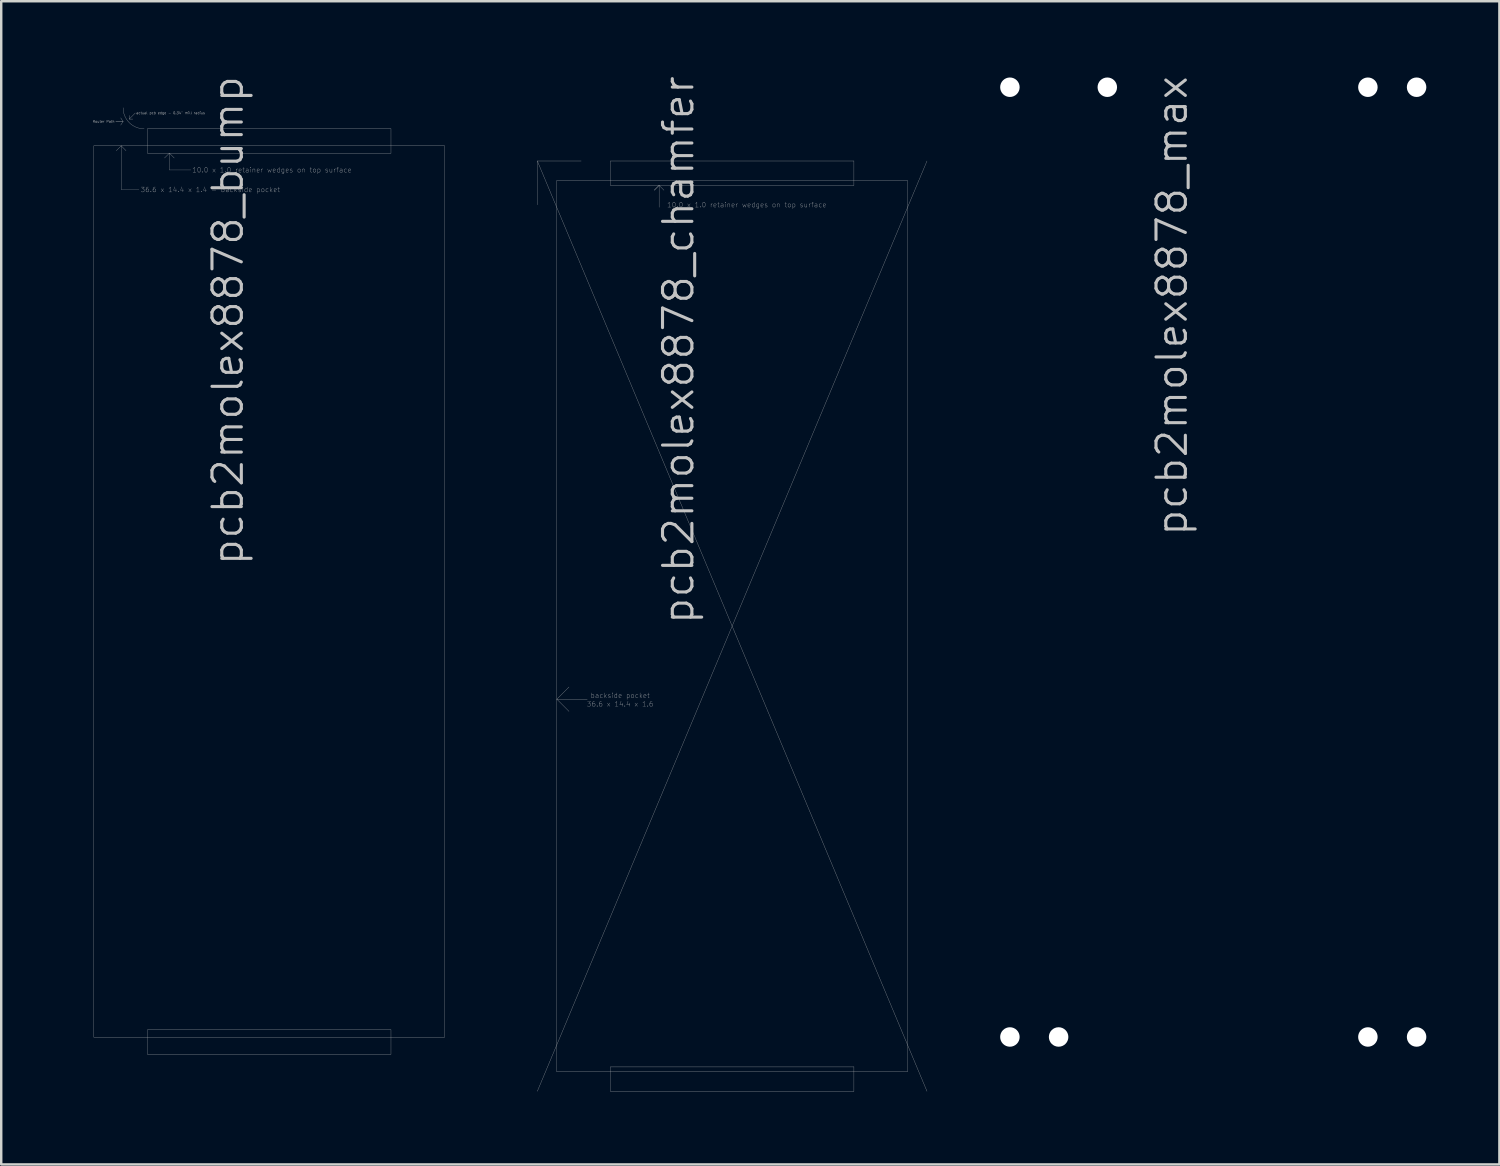
<source format=kicad_pcb>
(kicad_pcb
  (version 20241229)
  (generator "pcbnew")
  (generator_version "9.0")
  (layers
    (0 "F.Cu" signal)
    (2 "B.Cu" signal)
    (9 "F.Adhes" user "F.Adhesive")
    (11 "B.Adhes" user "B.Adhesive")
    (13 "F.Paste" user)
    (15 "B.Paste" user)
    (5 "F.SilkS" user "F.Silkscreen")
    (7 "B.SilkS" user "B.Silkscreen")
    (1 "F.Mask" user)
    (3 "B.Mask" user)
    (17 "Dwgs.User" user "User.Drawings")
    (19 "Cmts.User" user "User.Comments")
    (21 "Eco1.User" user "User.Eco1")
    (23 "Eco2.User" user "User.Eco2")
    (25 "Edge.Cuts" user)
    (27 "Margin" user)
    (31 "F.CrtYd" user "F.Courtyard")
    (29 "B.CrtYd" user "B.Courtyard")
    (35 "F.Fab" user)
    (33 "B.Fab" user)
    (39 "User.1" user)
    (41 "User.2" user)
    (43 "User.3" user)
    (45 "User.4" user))
  (footprint "pcb2molex8878_chamfer"
    (layer "F.Cu")
    (at 27.015 22.661)
    (property "Reference" "pcb2molex8878_chamfer" (at -1.5 0 270) (layer "Dwgs.User") (effects (font (size 1.206 1.206) (thickness 0.127)) (justify left bottom)))
    (attr through_hole)
    (fp_line (start -8 -19.1) (end -8 -17.3) (stroke (width 0.01) (type solid)) (layer "Dwgs.User"))
    (fp_line (start -8 -19.1) (end -6.2 -19.1) (stroke (width 0.01) (type solid)) (layer "Dwgs.User"))
    (fp_line (start -8 -19.1) (end 8 19.1) (stroke (width 0.01) (type solid)) (layer "Dwgs.User"))
    (fp_line (start -8 19.1) (end 8 -19.1) (stroke (width 0.01) (type solid)) (layer "Dwgs.User"))
    (fp_line (start -7.2 -18.3) (end 7.2 -18.3) (stroke (width 0.01) (type solid)) (layer "Dwgs.User"))
    (fp_line (start -7.2 3) (end -6.7 2.5) (stroke (width 0.01) (type solid)) (layer "Dwgs.User"))
    (fp_line (start -7.2 3) (end -6.7 3.5) (stroke (width 0.01) (type solid)) (layer "Dwgs.User"))
    (fp_line (start -7.2 3) (end -5.95 3) (stroke (width 0.01) (type solid)) (layer "Dwgs.User"))
    (fp_line (start -7.2 18.3) (end -7.2 -18.3) (stroke (width 0.01) (type solid)) (layer "Dwgs.User"))
    (fp_line (start -5 -19.1) (end -5 -18.1) (stroke (width 0.01) (type solid)) (layer "Dwgs.User"))
    (fp_line (start -5 -18.1) (end 5 -18.1) (stroke (width 0.01) (type solid)) (layer "Dwgs.User"))
    (fp_line (start -5 18.1) (end 5 18.1) (stroke (width 0.01) (type solid)) (layer "Dwgs.User"))
    (fp_line (start -5 19.1) (end -5 18.1) (stroke (width 0.01) (type solid)) (layer "Dwgs.User"))
    (fp_line (start -3.2 -17.9) (end -3 -18.1) (stroke (width 0.01) (type solid)) (layer "Dwgs.User"))
    (fp_line (start -3 -18.1) (end -3.2 -17.9) (stroke (width 0.01) (type solid)) (layer "Dwgs.User"))
    (fp_line (start -3 -18.1) (end -3 -17.2) (stroke (width 0.01) (type solid)) (layer "Dwgs.User"))
    (fp_line (start -3 -18.1) (end -2.8 -17.9) (stroke (width 0.01) (type solid)) (layer "Dwgs.User"))
    (fp_line (start 5 -19.1) (end -5 -19.1) (stroke (width 0.01) (type solid)) (layer "Dwgs.User"))
    (fp_line (start 5 -18.1) (end 5 -19.1) (stroke (width 0.01) (type solid)) (layer "Dwgs.User"))
    (fp_line (start 5 18.1) (end 5 19.1) (stroke (width 0.01) (type solid)) (layer "Dwgs.User"))
    (fp_line (start 5 19.1) (end -5 19.1) (stroke (width 0.01) (type solid)) (layer "Dwgs.User"))
    (fp_line (start 7.2 -18.3) (end 7.2 18.3) (stroke (width 0.01) (type solid)) (layer "Dwgs.User"))
    (fp_line (start 7.2 18.3) (end -7.2 18.3) (stroke (width 0.01) (type solid)) (layer "Dwgs.User"))
    (fp_line (start -8 -17.3) (end -6.2 -19.1) (stroke (width 0.01) (type solid)) (layer "Eco2.User"))
    (fp_line (start -8 19.1) (end -8 -17.3) (stroke (width 0.01) (type solid)) (layer "Eco2.User"))
    (fp_line (start -6.2 -19.1) (end 8 -19.1) (stroke (width 0.01) (type solid)) (layer "Eco2.User"))
    (fp_line (start 8 -19.1) (end 8 19.1) (stroke (width 0.01) (type solid)) (layer "Eco2.User"))
    (fp_line (start 8 19.1) (end -8 19.1) (stroke (width 0.01) (type solid)) (layer "Eco2.User"))
    (fp_text user "backside pocket" (at -4.6 2.85 0) (layer "Dwgs.User") (effects (font (size 0.2 0.2) (thickness 0.01))))
    (fp_text user "36.6 x 14.4 x 1.6" (at -4.6 3.2 0) (layer "Dwgs.User") (effects (font (size 0.2 0.2) (thickness 0.01))))
    (fp_text user "10.0 x 1.0 retainer wedges on top surface" (at 0.6 -17.3 0) (layer "Dwgs.User") (effects (font (size 0.2 0.2) (thickness 0.01))))
    (fp_text user "Eco2.User is Edge.Cuts for use with \"pcb2molex8878_chamfer\" carrier." (at -0.05 13.65 0) (layer "Eco2.User") (effects (font (size 0.2 0.2) (thickness 0.01)))))
  (footprint "pcb2molex8878_bump"
    (layer "F.Cu")
    (at 8.005 21.239)
    (property "Reference" "pcb2molex8878_bump" (at -0.991 -0.991 270) (layer "Dwgs.User") (effects (font (size 1.206 1.206) (thickness 0.127)) (justify left bottom)))
    (attr through_hole)
    (fp_line (start -7.2 -18.3) (end 7.2 -18.3) (stroke (width 0.01) (type solid)) (layer "Dwgs.User"))
    (fp_line (start -7.2 18.3) (end -7.2 -18.3) (stroke (width 0.01) (type solid)) (layer "Dwgs.User"))
    (fp_line (start -6.3 -19.3) (end -6 -19.3) (stroke (width 0.01) (type solid)) (layer "Dwgs.User"))
    (fp_line (start -6.08 -18.3) (end -6.28 -18.1) (stroke (width 0.01) (type solid)) (layer "Dwgs.User"))
    (fp_line (start -6.08 -18.3) (end -6.08 -16.51) (stroke (width 0.01) (type solid)) (layer "Dwgs.User"))
    (fp_line (start -6.08 -18.3) (end -5.88 -18.1) (stroke (width 0.01) (type solid)) (layer "Dwgs.User"))
    (fp_line (start -6.08 -16.51) (end -5.35 -16.51) (stroke (width 0.01) (type solid)) (layer "Dwgs.User"))
    (fp_line (start -6 -19.3) (end -6.3 -19.3) (stroke (width 0.01) (type solid)) (layer "Dwgs.User"))
    (fp_line (start -6 -19.3) (end -6.1 -19.45) (stroke (width 0.01) (type solid)) (layer "Dwgs.User"))
    (fp_line (start -6 -19.3) (end -6.1 -19.15) (stroke (width 0.01) (type solid)) (layer "Dwgs.User"))
    (fp_line (start -5.75 -19.4) (end -5.75 -19.55) (stroke (width 0.01) (type solid)) (layer "Dwgs.User"))
    (fp_line (start -5.75 -19.4) (end -5.6 -19.4) (stroke (width 0.01) (type solid)) (layer "Dwgs.User"))
    (fp_line (start -5.75 -19.4) (end -5.5 -19.65) (stroke (width 0.01) (type solid)) (layer "Dwgs.User"))
    (fp_line (start -5 -19) (end -5 -18) (stroke (width 0.01) (type solid)) (layer "Dwgs.User"))
    (fp_line (start -5 -18) (end 5 -18) (stroke (width 0.01) (type solid)) (layer "Dwgs.User"))
    (fp_line (start -5 18) (end 5 18) (stroke (width 0.01) (type solid)) (layer "Dwgs.User"))
    (fp_line (start -5 19) (end -5 18) (stroke (width 0.01) (type solid)) (layer "Dwgs.User"))
    (fp_line (start -4.1 -18) (end -4.3 -17.8) (stroke (width 0.01) (type solid)) (layer "Dwgs.User"))
    (fp_line (start -4.1 -18) (end -4.1 -17.31) (stroke (width 0.01) (type solid)) (layer "Dwgs.User"))
    (fp_line (start -4.1 -18) (end -3.9 -17.8) (stroke (width 0.01) (type solid)) (layer "Dwgs.User"))
    (fp_line (start -4.1 -17.31) (end -3.22 -17.31) (stroke (width 0.01) (type solid)) (layer "Dwgs.User"))
    (fp_line (start 5 -19) (end -5 -19) (stroke (width 0.01) (type solid)) (layer "Dwgs.User"))
    (fp_line (start 5 -18) (end 5 -19) (stroke (width 0.01) (type solid)) (layer "Dwgs.User"))
    (fp_line (start 5 18) (end 5 19) (stroke (width 0.01) (type solid)) (layer "Dwgs.User"))
    (fp_line (start 5 19) (end -5 19) (stroke (width 0.01) (type solid)) (layer "Dwgs.User"))
    (fp_line (start 7.2 -18.3) (end 7.2 18.3) (stroke (width 0.01) (type solid)) (layer "Dwgs.User"))
    (fp_line (start 7.2 18.3) (end -7.2 18.3) (stroke (width 0.01) (type solid)) (layer "Dwgs.User"))
    (fp_arc (start -5.1364 -19) (mid -5.747057 -19.252943) (end -6 -19.8636) (stroke (width 0.01) (type solid)) (layer "Dwgs.User"))
    (fp_line (start -8 -19.8) (end -8 19) (stroke (width 0.01) (type solid)) (layer "Eco2.User"))
    (fp_line (start -8 -19.8) (end -6 -19.8) (stroke (width 0.01) (type solid)) (layer "Eco2.User"))
    (fp_line (start -6 -19.8) (end -6 -19) (stroke (width 0.01) (type solid)) (layer "Eco2.User"))
    (fp_line (start -6 -19) (end 8 -19) (stroke (width 0.01) (type solid)) (layer "Eco2.User"))
    (fp_line (start 8 19) (end -8 19) (stroke (width 0.01) (type solid)) (layer "Eco2.User"))
    (fp_line (start 8 19) (end 8 -19) (stroke (width 0.01) (type solid)) (layer "Eco2.User"))
    (fp_text user "actual pcb edge - 0.34\" mill radius" (at -4.05 -19.65 0) (layer "Dwgs.User") (effects (font (size 0.1 0.1) (thickness 0.01))))
    (fp_text user "10.0 x 1.0 retainer wedges on top surface" (at 0.11 -17.31 0) (layer "Dwgs.User") (effects (font (size 0.2 0.2) (thickness 0.01))))
    (fp_text user "Router Path" (at -6.8 -19.3 0) (layer "Dwgs.User") (effects (font (size 0.1 0.1) (thickness 0.01))))
    (fp_text user "36.6 x 14.4 x 1.4 - backside pocket" (at -2.42 -16.5 0) (layer "Dwgs.User") (effects (font (size 0.2 0.2) (thickness 0.01))))
    (fp_text user "Eco2.User is Edge.Cuts for use with \"pcb2molex8878_bump\" carrier." (at -0.05 13.65 0) (layer "Eco2.User") (effects (font (size 0.2 0.2) (thickness 0.01)))))
  (footprint "pcb2molex8878_max"
    (layer "F.Cu")
    (at 46.77 20.032)
    (property "Reference" "pcb2molex8878_max" (at -0.991 -0.991 270) (layer "Dwgs.User") (effects (font (size 1.206 1.206) (thickness 0.127)) (justify left bottom)))
    (attr through_hole)
    (fp_line (start -8.35 -19.9) (end -8.35 19.9) (stroke (width 0.01) (type solid)) (layer "Eco2.User"))
    (fp_line (start -8.35 -19.9) (end -4.35 -19.9) (stroke (width 0.01) (type solid)) (layer "Eco2.User"))
    (fp_line (start -8.35 19.9) (end -6.35 19.9) (stroke (width 0.01) (type solid)) (layer "Eco2.User"))
    (fp_line (start -6.35 19.1) (end -6.35 19.9) (stroke (width 0.01) (type solid)) (layer "Eco2.User"))
    (fp_line (start -6.35 19.1) (end 6.35 19.1) (stroke (width 0.01) (type solid)) (layer "Eco2.User"))
    (fp_line (start -4.35 -19.9) (end -4.35 -19.1) (stroke (width 0.01) (type solid)) (layer "Eco2.User"))
    (fp_line (start -4.35 -19.1) (end 6.35 -19.1) (stroke (width 0.01) (type solid)) (layer "Eco2.User"))
    (fp_line (start 6.35 -19.1) (end 6.35 -19.9) (stroke (width 0.01) (type solid)) (layer "Eco2.User"))
    (fp_line (start 6.35 19.9) (end 6.35 19.1) (stroke (width 0.01) (type solid)) (layer "Eco2.User"))
    (fp_line (start 8.35 -19.9) (end 6.35 -19.9) (stroke (width 0.01) (type solid)) (layer "Eco2.User"))
    (fp_line (start 8.35 19.9) (end 6.35 19.9) (stroke (width 0.01) (type solid)) (layer "Eco2.User"))
    (fp_line (start 8.35 19.9) (end 8.35 -19.9) (stroke (width 0.01) (type solid)) (layer "Eco2.User"))
    (fp_text user "Eco2.User is Edge.Cuts for use with \"pcb2molex8878_max\" carrier." (at -0.18 13.04 0) (layer "Eco2.User") (effects (font (size 0.2 0.2) (thickness 0.01))))
    (pad "" np_thru_hole circle (at -8.35 -19.5) (size 0.8 0.8) (drill 0.8) (layers "*.Cu"))
    (pad "" np_thru_hole circle (at -8.35 19.5) (size 0.8 0.8) (drill 0.8) (layers "*.Cu"))
    (pad "" np_thru_hole circle (at -6.35 19.5) (size 0.8 0.8) (drill 0.8) (layers "*.Cu"))
    (pad "" np_thru_hole circle (at -4.35 -19.5) (size 0.8 0.8) (drill 0.8) (layers "*.Cu"))
    (pad "" np_thru_hole circle (at 6.35 -19.5) (size 0.8 0.8) (drill 0.8) (layers "*.Cu"))
    (pad "" np_thru_hole circle (at 6.35 19.5) (size 0.8 0.8) (drill 0.8) (layers "*.Cu"))
    (pad "" np_thru_hole circle (at 8.35 -19.5) (size 0.8 0.8) (drill 0.8) (layers "*.Cu"))
    (pad "" np_thru_hole circle (at 8.35 19.5) (size 0.8 0.8) (drill 0.8) (layers "*.Cu")))
  (gr_rect
    (start -3 -3)
    (end 58.52 44.766)
    (stroke (width 0.1) (type default))
    (fill no)
    (layer "Edge.Cuts")))
</source>
